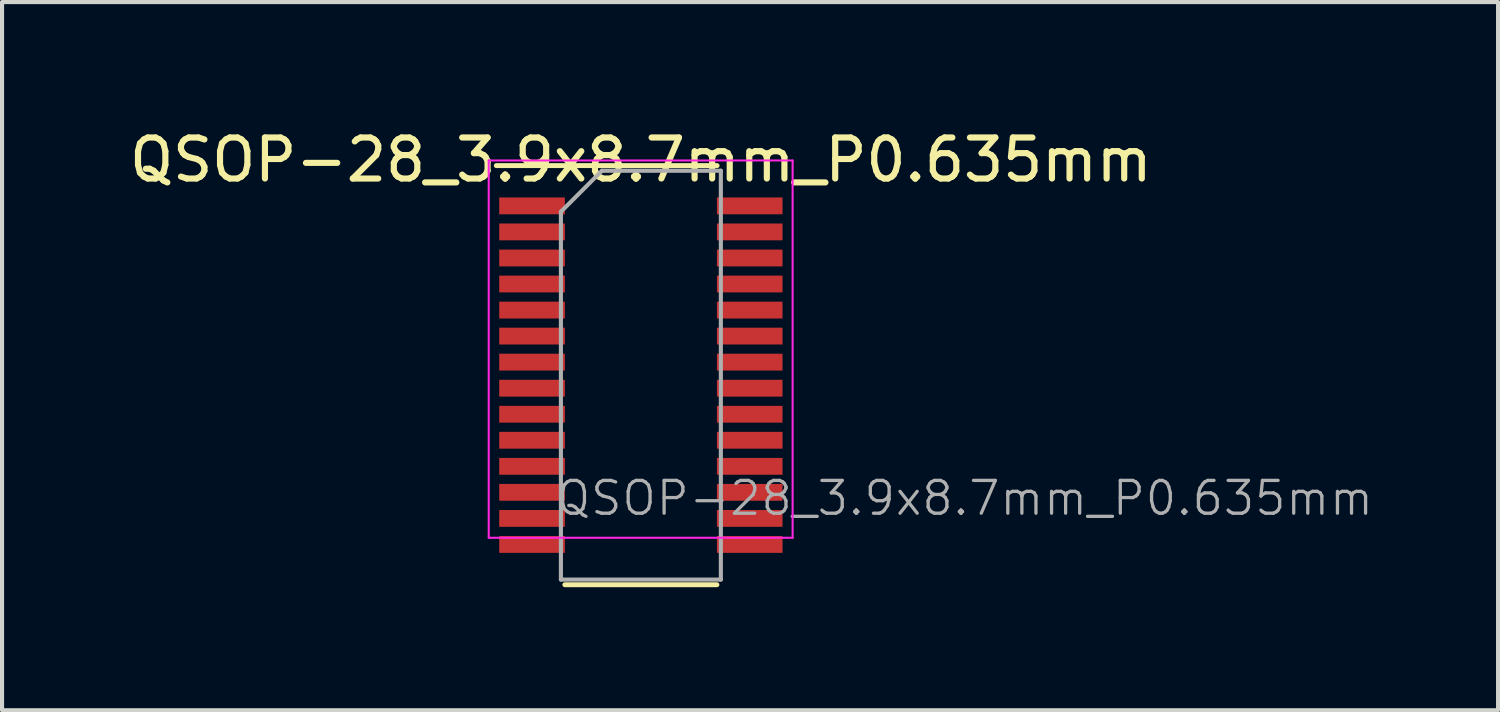
<source format=kicad_pcb>
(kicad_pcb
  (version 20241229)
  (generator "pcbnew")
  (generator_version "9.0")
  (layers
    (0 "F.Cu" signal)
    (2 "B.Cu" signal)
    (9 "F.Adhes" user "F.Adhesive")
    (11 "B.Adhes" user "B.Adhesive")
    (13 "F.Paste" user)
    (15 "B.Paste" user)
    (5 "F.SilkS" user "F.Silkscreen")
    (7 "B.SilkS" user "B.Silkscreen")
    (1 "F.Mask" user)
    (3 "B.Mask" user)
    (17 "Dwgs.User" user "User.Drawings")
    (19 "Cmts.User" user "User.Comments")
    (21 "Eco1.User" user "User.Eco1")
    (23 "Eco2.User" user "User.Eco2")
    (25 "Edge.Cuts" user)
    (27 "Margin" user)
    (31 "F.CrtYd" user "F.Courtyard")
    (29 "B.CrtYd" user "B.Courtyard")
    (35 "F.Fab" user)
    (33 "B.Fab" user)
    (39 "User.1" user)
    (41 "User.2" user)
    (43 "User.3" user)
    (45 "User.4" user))
  (footprint "QSOP-28_3.9x8.7mm_P0.635mm"
    (layer "F.Cu")
    (at 12.577 6.098)
    (property "Reference" "QSOP-28_3.9x8.7mm_P0.635mm" (at 0 -5.25 0) (layer "F.SilkS") (effects (font (size 1 1) (thickness 0.15))))
    (attr smd)
    (fp_line (start -3.525 -5.11) (end 1.859 -5.11) (stroke (width 0.12) (type solid)) (layer "F.SilkS"))
    (fp_line (start -1.854 5.11) (end 1.854 5.11) (stroke (width 0.12) (type solid)) (layer "F.SilkS"))
    (fp_line (start -3.71 -5.235) (end -3.71 3.965) (stroke (width 0.05) (type solid)) (layer "F.CrtYd"))
    (fp_line (start -3.71 -5.235) (end 3.7 -5.235) (stroke (width 0.05) (type solid)) (layer "F.CrtYd"))
    (fp_line (start -3.71 3.965) (end 3.7 3.965) (stroke (width 0.05) (type solid)) (layer "F.CrtYd"))
    (fp_line (start 3.7 -5.235) (end 3.7 3.965) (stroke (width 0.05) (type solid)) (layer "F.CrtYd"))
    (fp_line (start -1.95 -3.985) (end -0.95 -4.985) (stroke (width 0.1) (type solid)) (layer "F.Fab"))
    (fp_line (start -1.95 4.985) (end -1.95 -3.985) (stroke (width 0.1) (type solid)) (layer "F.Fab"))
    (fp_line (start -0.95 -4.985) (end 1.95 -4.985) (stroke (width 0.1) (type solid)) (layer "F.Fab"))
    (fp_line (start 1.95 -4.985) (end 1.95 4.985) (stroke (width 0.1) (type solid)) (layer "F.Fab"))
    (fp_line (start 1.95 4.985) (end -1.95 4.985) (stroke (width 0.1) (type solid)) (layer "F.Fab"))
    (fp_text user "${REFERENCE}" (at 7.9 3 0) (layer "F.Fab") (effects (font (size 0.8 0.8) (thickness 0.08))))
    (pad "1" smd rect (at -2.654 -4.128) (size 1.6 0.41) (layers "F.Cu" "F.Mask" "F.Paste"))
    (pad "2" smd rect (at -2.654 -3.493) (size 1.6 0.41) (layers "F.Cu" "F.Mask" "F.Paste"))
    (pad "3" smd rect (at -2.654 -2.857) (size 1.6 0.41) (layers "F.Cu" "F.Mask" "F.Paste"))
    (pad "4" smd rect (at -2.654 -2.223) (size 1.6 0.41) (layers "F.Cu" "F.Mask" "F.Paste"))
    (pad "5" smd rect (at -2.654 -1.587) (size 1.6 0.41) (layers "F.Cu" "F.Mask" "F.Paste"))
    (pad "6" smd rect (at -2.654 -0.953) (size 1.6 0.41) (layers "F.Cu" "F.Mask" "F.Paste"))
    (pad "7" smd rect (at -2.654 -0.318) (size 1.6 0.41) (layers "F.Cu" "F.Mask" "F.Paste"))
    (pad "8" smd rect (at -2.654 0.318) (size 1.6 0.41) (layers "F.Cu" "F.Mask" "F.Paste"))
    (pad "9" smd rect (at -2.654 0.953) (size 1.6 0.41) (layers "F.Cu" "F.Mask" "F.Paste"))
    (pad "10" smd rect (at -2.654 1.587) (size 1.6 0.41) (layers "F.Cu" "F.Mask" "F.Paste"))
    (pad "11" smd rect (at -2.654 2.223) (size 1.6 0.41) (layers "F.Cu" "F.Mask" "F.Paste"))
    (pad "12" smd rect (at -2.654 2.857) (size 1.6 0.41) (layers "F.Cu" "F.Mask" "F.Paste"))
    (pad "13" smd rect (at -2.654 3.493) (size 1.6 0.41) (layers "F.Cu" "F.Mask" "F.Paste"))
    (pad "14" smd rect (at -2.654 4.128) (size 1.6 0.41) (layers "F.Cu" "F.Mask" "F.Paste"))
    (pad "15" smd rect (at 2.654 4.128) (size 1.6 0.41) (layers "F.Cu" "F.Mask" "F.Paste"))
    (pad "16" smd rect (at 2.654 3.493) (size 1.6 0.41) (layers "F.Cu" "F.Mask" "F.Paste"))
    (pad "17" smd rect (at 2.654 2.857) (size 1.6 0.41) (layers "F.Cu" "F.Mask" "F.Paste"))
    (pad "18" smd rect (at 2.654 2.223) (size 1.6 0.41) (layers "F.Cu" "F.Mask" "F.Paste"))
    (pad "19" smd rect (at 2.654 1.587) (size 1.6 0.41) (layers "F.Cu" "F.Mask" "F.Paste"))
    (pad "20" smd rect (at 2.654 0.953) (size 1.6 0.41) (layers "F.Cu" "F.Mask" "F.Paste"))
    (pad "21" smd rect (at 2.654 0.318) (size 1.6 0.41) (layers "F.Cu" "F.Mask" "F.Paste"))
    (pad "22" smd rect (at 2.654 -0.318) (size 1.6 0.41) (layers "F.Cu" "F.Mask" "F.Paste"))
    (pad "23" smd rect (at 2.654 -0.953) (size 1.6 0.41) (layers "F.Cu" "F.Mask" "F.Paste"))
    (pad "24" smd rect (at 2.654 -1.587) (size 1.6 0.41) (layers "F.Cu" "F.Mask" "F.Paste"))
    (pad "25" smd rect (at 2.654 -2.223) (size 1.6 0.41) (layers "F.Cu" "F.Mask" "F.Paste"))
    (pad "26" smd rect (at 2.654 -2.857) (size 1.6 0.41) (layers "F.Cu" "F.Mask" "F.Paste"))
    (pad "27" smd rect (at 2.654 -3.493) (size 1.6 0.41) (layers "F.Cu" "F.Mask" "F.Paste"))
    (pad "28" smd rect (at 2.654 -4.128) (size 1.6 0.41) (layers "F.Cu" "F.Mask" "F.Paste")))
  (gr_rect
    (start -3 -3)
    (end 33.479 14.268)
    (stroke (width 0.1) (type default))
    (fill no)
    (layer "Edge.Cuts")))
</source>
